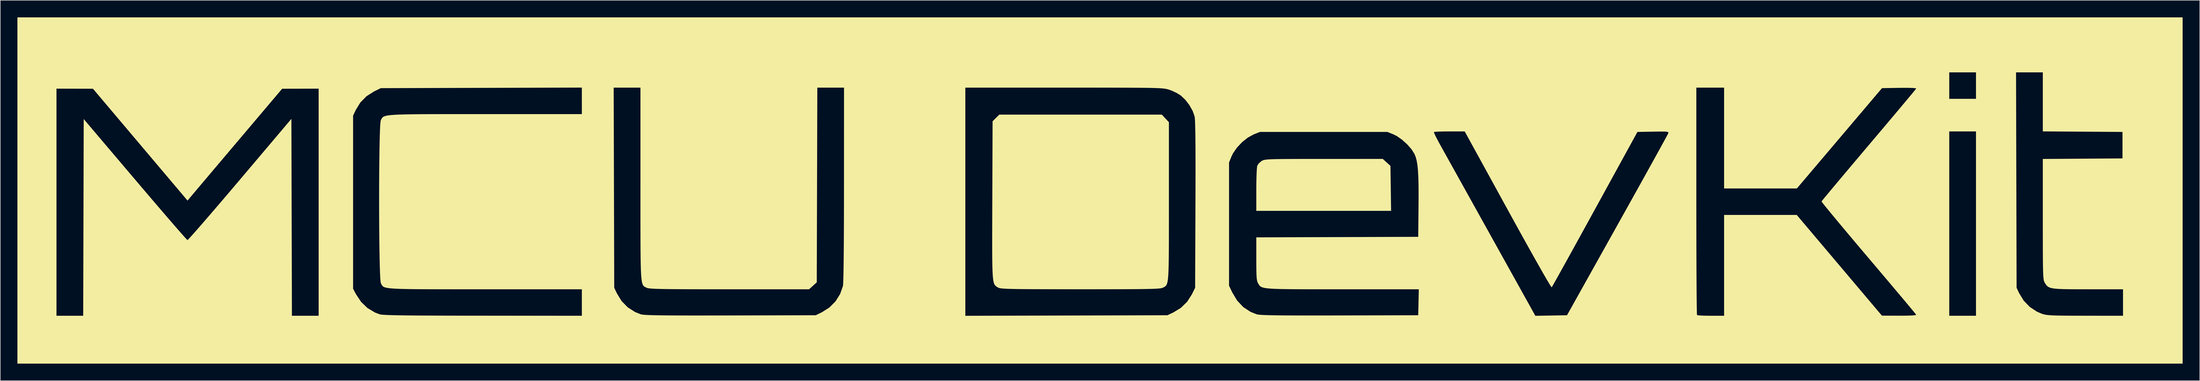
<source format=kicad_pcb>
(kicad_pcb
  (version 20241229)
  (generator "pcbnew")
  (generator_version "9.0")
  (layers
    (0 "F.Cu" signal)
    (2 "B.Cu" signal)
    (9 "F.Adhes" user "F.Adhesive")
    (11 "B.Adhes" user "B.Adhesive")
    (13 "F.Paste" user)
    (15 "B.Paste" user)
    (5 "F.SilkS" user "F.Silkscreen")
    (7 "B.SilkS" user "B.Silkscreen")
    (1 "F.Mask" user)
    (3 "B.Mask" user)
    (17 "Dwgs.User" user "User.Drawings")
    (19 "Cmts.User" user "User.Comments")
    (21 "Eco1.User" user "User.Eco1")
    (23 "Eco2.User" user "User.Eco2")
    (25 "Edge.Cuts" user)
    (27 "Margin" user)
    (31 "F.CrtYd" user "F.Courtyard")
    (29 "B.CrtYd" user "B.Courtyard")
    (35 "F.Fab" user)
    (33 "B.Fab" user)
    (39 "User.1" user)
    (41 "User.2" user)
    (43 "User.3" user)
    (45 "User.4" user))
  (footprint "mcu_devkit"
    (layer "F.Cu")
    (at 189.689 30.408)
    (property "Reference" "mcu_devkit" (at 0 0 0) (layer "F.SilkS") (effects (font (size 1.524 1.524) (thickness 0.3))))
    (attr board_only exclude_from_pos_files exclude_from_bom)
    (fp_poly (pts (xy 50.217 -4.933) (xy 50.89 -4.321) (xy 51 3.577) (xy 27.382 3.577) (xy 27.382 -0.167) (xy 27.39 -1.317) (xy 27.413 -2.369) (xy 27.448 -3.262) (xy 27.492 -3.934) (xy 27.544 -4.325) (xy 27.557 -4.371) (xy 27.829 -4.772) (xy 28.261 -5.147) (xy 28.323 -5.187) (xy 28.459 -5.262) (xy 28.615 -5.327) (xy 28.821 -5.38) (xy 29.106 -5.424) (xy 29.498 -5.46) (xy 30.027 -5.487) (xy 30.723 -5.508) (xy 31.613 -5.523) (xy 32.728 -5.533) (xy 34.096 -5.54) (xy 35.746 -5.543) (xy 37.708 -5.544) (xy 39.229 -5.544) (xy 49.544 -5.545)) (stroke (width 0) (type solid)) (fill yes) (layer "F.SilkS"))
    (fp_poly (pts (xy 11.453 -12.658) (xy 12.07 -11.99) (xy 12.07 1.884) (xy 12.07 4.513) (xy 12.069 6.807) (xy 12.066 8.791) (xy 12.059 10.487) (xy 12.047 11.92) (xy 12.027 13.114) (xy 11.998 14.091) (xy 11.958 14.876) (xy 11.906 15.491) (xy 11.84 15.961) (xy 11.758 16.31) (xy 11.659 16.56) (xy 11.54 16.735) (xy 11.401 16.86) (xy 11.24 16.956) (xy 11.054 17.049) (xy 10.995 17.079) (xy 10.86 17.13) (xy 10.65 17.174) (xy 10.343 17.212) (xy 9.914 17.244) (xy 9.339 17.271) (xy 8.594 17.293) (xy 7.657 17.31) (xy 6.503 17.324) (xy 5.108 17.334) (xy 3.449 17.34) (xy 1.501 17.344) (xy -0.758 17.346) (xy -3.353 17.346) (xy -3.459 17.346) (xy -6.042 17.345) (xy -8.288 17.342) (xy -10.223 17.338) (xy -11.871 17.331) (xy -13.256 17.322) (xy -14.401 17.31) (xy -15.333 17.294) (xy -16.074 17.273) (xy -16.649 17.248) (xy -17.083 17.217) (xy -17.399 17.181) (xy -17.622 17.138) (xy -17.777 17.089) (xy -17.878 17.037) (xy -18.066 16.923) (xy -18.229 16.813) (xy -18.371 16.683) (xy -18.491 16.509) (xy -18.592 16.267) (xy -18.676 15.934) (xy -18.743 15.486) (xy -18.796 14.899) (xy -18.836 14.15) (xy -18.864 13.214) (xy -18.882 12.069) (xy -18.891 10.69) (xy -18.894 9.054) (xy -18.891 7.136) (xy -18.884 4.914) (xy -18.875 2.363) (xy -18.873 1.714) (xy -18.825 -12.157) (xy -17.647 -13.326) (xy 10.836 -13.326)) (stroke (width 0) (type solid)) (fill yes) (layer "F.SilkS"))
    (fp_poly (pts (xy 189.689 30.408) (xy -189.689 30.408) (xy -189.689 22.008) (xy -23.599 22.008) (xy 11.799 21.912) (xy 12.822 21.436) (xy 14.158 20.622) (xy 15.26 19.545) (xy 16.078 18.271) (xy 16.663 17.09) (xy 16.665 16.725) (xy 22.608 16.725) (xy 23.173 17.909) (xy 24.027 19.335) (xy 25.087 20.468) (xy 26.353 21.307) (xy 27.433 21.742) (xy 27.646 21.788) (xy 27.986 21.827) (xy 28.476 21.861) (xy 29.136 21.888) (xy 29.99 21.911) (xy 31.059 21.928) (xy 32.366 21.94) (xy 33.932 21.948) (xy 35.78 21.952) (xy 37.931 21.952) (xy 40.408 21.949) (xy 41.973 21.945) (xy 55.754 21.912) (xy 55.804 19.631) (xy 55.855 17.351) (xy 42.501 17.351) (xy 39.909 17.351) (xy 37.653 17.35) (xy 35.709 17.347) (xy 34.051 17.339) (xy 32.656 17.325) (xy 31.5 17.303) (xy 30.557 17.271) (xy 29.804 17.228) (xy 29.216 17.172) (xy 28.769 17.101) (xy 28.438 17.013) (xy 28.199 16.907) (xy 28.027 16.781) (xy 27.898 16.633) (xy 27.788 16.461) (xy 27.689 16.292) (xy 27.584 16.071) (xy 27.506 15.778) (xy 27.45 15.36) (xy 27.413 14.768) (xy 27.392 13.952) (xy 27.383 12.86) (xy 27.382 12.003) (xy 27.382 8.23) (xy 41.568 8.185) (xy 55.754 8.139) (xy 55.806 2.683) (xy 55.817 0.688) (xy 55.806 -0.986) (xy 55.771 -2.377) (xy 55.708 -3.52) (xy 55.615 -4.453) (xy 55.488 -5.212) (xy 55.326 -5.834) (xy 55.124 -6.356) (xy 55.09 -6.429) (xy 54.566 -7.256) (xy 53.809 -8.116) (xy 52.924 -8.915) (xy 52.013 -9.555) (xy 51.404 -9.863) (xy 50.378 -10.274) (xy 58.505 -10.274) (xy 58.549 -10.089) (xy 58.743 -9.654) (xy 59.056 -9.029) (xy 59.46 -8.275) (xy 59.566 -8.083) (xy 59.828 -7.611) (xy 60.25 -6.853) (xy 60.815 -5.836) (xy 61.51 -4.585) (xy 62.319 -3.128) (xy 63.227 -1.493) (xy 64.22 0.295) (xy 65.283 2.209) (xy 66.4 4.221) (xy 67.557 6.306) (xy 68.503 8.009) (xy 76.277 22.01) (xy 81.823 21.912) (xy 90.652 6.082) (xy 91.88 3.877) (xy 93.009 1.848) (xy 104.482 1.848) (xy 104.483 4.488) (xy 104.486 7.027) (xy 104.491 9.443) (xy 104.498 11.713) (xy 104.506 13.814) (xy 104.516 15.723) (xy 104.527 17.417) (xy 104.54 18.874) (xy 104.553 20.07) (xy 104.567 20.983) (xy 104.583 21.589) (xy 104.598 21.867) (xy 104.602 21.882) (xy 104.818 21.927) (xy 105.323 21.964) (xy 106.043 21.99) (xy 106.907 22.001) (xy 107.034 22.001) (xy 109.346 22.001) (xy 148.797 22.001) (xy 153.481 22.001) (xy 153.481 -10.375) (xy 148.797 -10.375) (xy 148.797 22.001) (xy 109.346 22.001) (xy 109.346 4.293) (xy 122.075 4.293) (xy 136.998 21.981) (xy 140.03 21.991) (xy 141.218 21.985) (xy 142.122 21.959) (xy 142.721 21.914) (xy 142.99 21.851) (xy 143.003 21.825) (xy 142.879 21.663) (xy 142.543 21.249) (xy 142.011 20.605) (xy 141.303 19.755) (xy 140.437 18.72) (xy 139.431 17.522) (xy 138.305 16.184) (xy 137.077 14.727) (xy 135.765 13.174) (xy 134.656 11.864) (xy 133.293 10.251) (xy 132 8.716) (xy 130.798 7.282) (xy 129.703 5.972) (xy 128.735 4.805) (xy 127.91 3.806) (xy 127.249 2.996) (xy 126.769 2.397) (xy 126.488 2.031) (xy 126.419 1.921) (xy 126.54 1.761) (xy 126.874 1.35) (xy 127.404 0.709) (xy 128.109 -0.139) (xy 128.972 -1.172) (xy 129.974 -2.368) (xy 131.097 -3.704) (xy 132.321 -5.159) (xy 133.629 -6.711) (xy 134.705 -7.985) (xy 136.066 -9.597) (xy 137.359 -11.13) (xy 138.564 -12.563) (xy 139.664 -13.873) (xy 140.639 -15.037) (xy 141.472 -16.034) (xy 141.525 -16.099) (xy 148.797 -16.099) (xy 153.481 -16.099) (xy 153.481 -20.749) (xy 160.5 -20.749) (xy 160.548 -1.833) (xy 160.596 17.082) (xy 161.005 17.963) (xy 161.823 19.322) (xy 162.889 20.442) (xy 164.171 21.29) (xy 165.064 21.668) (xy 165.343 21.753) (xy 165.661 21.822) (xy 166.057 21.876) (xy 166.57 21.918) (xy 167.24 21.949) (xy 168.107 21.97) (xy 169.208 21.984) (xy 170.585 21.992) (xy 172.275 21.995) (xy 172.621 21.996) (xy 179.241 22.001) (xy 179.241 17.351) (xy 173.107 17.351) (xy 171.353 17.349) (xy 169.921 17.342) (xy 168.775 17.322) (xy 167.878 17.285) (xy 167.193 17.225) (xy 166.683 17.136) (xy 166.31 17.014) (xy 166.037 16.851) (xy 165.828 16.644) (xy 165.644 16.386) (xy 165.543 16.224) (xy 165.47 16.093) (xy 165.407 15.937) (xy 165.355 15.73) (xy 165.312 15.443) (xy 165.277 15.047) (xy 165.249 14.514) (xy 165.229 13.816) (xy 165.213 12.924) (xy 165.203 11.811) (xy 165.196 10.447) (xy 165.193 8.805) (xy 165.191 6.856) (xy 165.191 5.055) (xy 165.19 -5.541) (xy 172.171 -5.588) (xy 179.151 -5.635) (xy 179.151 -10.285) (xy 172.171 -10.332) (xy 165.19 -10.379) (xy 165.19 -20.749) (xy 160.5 -20.749) (xy 153.481 -20.749) (xy 148.797 -20.749) (xy 148.797 -16.099) (xy 141.525 -16.099) (xy 142.143 -16.842) (xy 142.634 -17.437) (xy 142.926 -17.799) (xy 143.004 -17.904) (xy 142.855 -17.966) (xy 142.377 -18.009) (xy 141.6 -18.032) (xy 140.556 -18.032) (xy 140.039 -18.026) (xy 137.013 -17.977) (xy 122.1 -0.358) (xy 109.346 -0.358) (xy 109.346 -18.066) (xy 104.482 -18.066) (xy 104.482 1.848) (xy 93.009 1.848) (xy 93.06 1.758) (xy 94.178 -0.255) (xy 95.225 -2.14) (xy 96.186 -3.877) (xy 97.052 -5.443) (xy 97.81 -6.817) (xy 98.448 -7.978) (xy 98.954 -8.905) (xy 99.317 -9.575) (xy 99.525 -9.969) (xy 99.571 -10.066) (xy 99.583 -10.187) (xy 99.504 -10.271) (xy 99.283 -10.323) (xy 98.869 -10.349) (xy 98.212 -10.353) (xy 97.26 -10.341) (xy 96.912 -10.335) (xy 94.161 -10.285) (xy 86.73 3.282) (xy 85.612 5.322) (xy 84.541 7.272) (xy 83.531 9.11) (xy 82.593 10.813) (xy 81.741 12.357) (xy 80.987 13.719) (xy 80.344 14.877) (xy 79.826 15.808) (xy 79.443 16.488) (xy 79.21 16.895) (xy 79.14 17.008) (xy 79.03 16.879) (xy 78.761 16.454) (xy 78.342 15.752) (xy 77.785 14.791) (xy 77.1 13.59) (xy 76.297 12.168) (xy 75.388 10.544) (xy 74.382 8.737) (xy 73.292 6.765) (xy 72.127 4.648) (xy 71.44 3.395) (xy 63.898 -10.375) (xy 61.252 -10.375) (xy 60.312 -10.368) (xy 59.505 -10.35) (xy 58.897 -10.323) (xy 58.554 -10.29) (xy 58.505 -10.274) (xy 50.378 -10.274) (xy 50.35 -10.285) (xy 28.012 -10.285) (xy 26.931 -9.854) (xy 25.915 -9.303) (xy 24.907 -8.501) (xy 24.004 -7.544) (xy 23.301 -6.527) (xy 23.042 -5.992) (xy 22.608 -4.919) (xy 22.608 16.725) (xy 16.665 16.725) (xy 16.719 2.508) (xy 16.729 -0.468) (xy 16.733 -3.099) (xy 16.732 -5.394) (xy 16.725 -7.366) (xy 16.713 -9.025) (xy 16.695 -10.384) (xy 16.671 -11.454) (xy 16.642 -12.245) (xy 16.606 -12.77) (xy 16.574 -13.001) (xy 16.232 -13.977) (xy 15.657 -15) (xy 14.934 -15.945) (xy 14.144 -16.687) (xy 14.106 -16.715) (xy 13.438 -17.124) (xy 12.632 -17.508) (xy 12.096 -17.708) (xy 11.896 -17.767) (xy 11.686 -17.82) (xy 11.444 -17.866) (xy 11.147 -17.906) (xy 10.773 -17.941) (xy 10.298 -17.97) (xy 9.701 -17.994) (xy 8.957 -18.014) (xy 8.046 -18.029) (xy 6.943 -18.042) (xy 5.626 -18.051) (xy 4.073 -18.057) (xy 2.261 -18.062) (xy 0.167 -18.064) (xy -2.231 -18.066) (xy -4.957 -18.066) (xy -6.324 -18.066) (xy -23.599 -18.066) (xy -23.599 22.008) (xy -189.689 22.008) (xy -189.689 22.001) (xy -182.844 22.001) (xy -178.162 22.001) (xy -178.07 -12.546) (xy -169.083 -1.935) (xy -167.658 -0.255) (xy -166.298 1.344) (xy -165.02 2.841) (xy -163.842 4.215) (xy -162.784 5.445) (xy -161.863 6.51) (xy -161.096 7.389) (xy -160.503 8.062) (xy -160.101 8.507) (xy -159.908 8.702) (xy -159.896 8.71) (xy -159.751 8.582) (xy -159.394 8.199) (xy -158.842 7.584) (xy -158.113 6.756) (xy -157.225 5.737) (xy -156.197 4.546) (xy -155.046 3.206) (xy -153.79 1.737) (xy -152.448 0.159) (xy -151.036 -1.507) (xy -150.689 -1.919) (xy -141.682 -12.582) (xy -141.636 4.71) (xy -141.59 22.001) (xy -136.908 22.001) (xy -136.908 17.261) (xy -130.873 17.261) (xy -130.371 18.207) (xy -129.466 19.567) (xy -128.346 20.649) (xy -127.029 21.438) (xy -126.228 21.742) (xy -126.03 21.783) (xy -125.704 21.819) (xy -125.229 21.851) (xy -124.587 21.879) (xy -123.758 21.903) (xy -122.723 21.924) (xy -121.463 21.941) (xy -119.958 21.955) (xy -118.189 21.966) (xy -116.137 21.975) (xy -113.782 21.982) (xy -111.105 21.987) (xy -108.13 21.989) (xy -90.791 22.001) (xy -90.791 17.351) (xy -107.734 17.351) (xy -110.653 17.351) (xy -113.233 17.351) (xy -115.496 17.349) (xy -117.463 17.345) (xy -119.156 17.337) (xy -120.597 17.323) (xy -121.806 17.303) (xy -122.805 17.275) (xy -123.617 17.238) (xy -124.262 17.19) (xy -124.761 17.131) (xy -125.137 17.059) (xy -125.411 16.973) (xy -125.605 16.872) (xy -125.739 16.754) (xy -125.836 16.618) (xy -125.917 16.463) (xy -126.004 16.288) (xy -126.006 16.283) (xy -126.061 16) (xy -126.111 15.392) (xy -126.155 14.495) (xy -126.194 13.343) (xy -126.227 11.969) (xy -126.255 10.408) (xy -126.278 8.693) (xy -126.295 6.86) (xy -126.306 4.941) (xy -126.313 2.971) (xy -126.313 0.984) (xy -126.309 -0.986) (xy -126.298 -2.905) (xy -126.283 -4.738) (xy -126.261 -6.453) (xy -126.235 -8.014) (xy -126.202 -9.387) (xy -126.164 -10.54) (xy -126.121 -11.436) (xy -126.072 -12.044) (xy -126.017 -12.327) (xy -125.928 -12.506) (xy -125.843 -12.664) (xy -125.74 -12.803) (xy -125.6 -12.923) (xy -125.399 -13.027) (xy -125.116 -13.115) (xy -124.73 -13.189) (xy -124.22 -13.249) (xy -123.564 -13.298) (xy -122.74 -13.336) (xy -121.727 -13.365) (xy -120.503 -13.386) (xy -119.047 -13.4) (xy -117.338 -13.409) (xy -115.353 -13.414) (xy -113.072 -13.416) (xy -110.473 -13.416) (xy -107.653 -13.415) (xy -90.791 -13.415) (xy -90.791 -18.066) (xy -85.214 -18.066) (xy -85.165 -0.492) (xy -85.117 17.082) (xy -84.642 18.088) (xy -83.822 19.425) (xy -82.749 20.522) (xy -81.459 21.35) (xy -80.472 21.744) (xy -80.268 21.788) (xy -79.942 21.826) (xy -79.474 21.859) (xy -78.841 21.886) (xy -78.022 21.908) (xy -76.997 21.926) (xy -75.743 21.939) (xy -74.239 21.948) (xy -72.464 21.953) (xy -70.397 21.955) (xy -68.016 21.953) (xy -65.3 21.948) (xy -64.761 21.947) (xy -49.809 21.912) (xy -48.728 21.385) (xy -47.424 20.557) (xy -46.347 19.473) (xy -45.537 18.181) (xy -45.042 16.777) (xy -45.011 16.46) (xy -44.983 15.8) (xy -44.956 14.808) (xy -44.933 13.499) (xy -44.913 11.887) (xy -44.896 9.983) (xy -44.882 7.802) (xy -44.871 5.358) (xy -44.864 2.664) (xy -44.86 -0.268) (xy -44.86 -1.029) (xy -44.855 -18.066) (xy -49.534 -18.066) (xy -49.581 -0.97) (xy -49.629 16.126) (xy -50.302 16.738) (xy -50.975 17.351) (xy -64.947 17.351) (xy -67.561 17.35) (xy -69.837 17.348) (xy -71.801 17.343) (xy -73.475 17.336) (xy -74.884 17.326) (xy -76.051 17.312) (xy -77.001 17.295) (xy -77.755 17.273) (xy -78.339 17.246) (xy -78.776 17.214) (xy -79.09 17.176) (xy -79.304 17.133) (xy -79.443 17.082) (xy -79.448 17.079) (xy -79.625 16.993) (xy -79.781 16.913) (xy -79.918 16.818) (xy -80.037 16.687) (xy -80.14 16.497) (xy -80.227 16.229) (xy -80.3 15.859) (xy -80.359 15.369) (xy -80.408 14.735) (xy -80.445 13.937) (xy -80.474 12.953) (xy -80.495 11.762) (xy -80.509 10.343) (xy -80.517 8.674) (xy -80.522 6.734) (xy -80.524 4.502) (xy -80.524 1.957) (xy -80.523 -0.923) (xy -80.523 -1.154) (xy -80.523 -18.066) (xy -85.214 -18.066) (xy -90.791 -18.066) (xy -90.791 -18.075) (xy -126.017 -17.977) (xy -127.206 -17.395) (xy -128.52 -16.559) (xy -129.599 -15.458) (xy -130.394 -14.162) (xy -130.873 -13.147) (xy -130.873 17.261) (xy -136.908 17.261) (xy -136.908 -17.887) (xy -140.105 -17.879) (xy -143.303 -17.871) (xy -151.229 -8.487) (xy -152.572 -6.897) (xy -153.855 -5.378) (xy -155.056 -3.956) (xy -156.156 -2.652) (xy -157.135 -1.492) (xy -157.973 -0.498) (xy -158.651 0.306) (xy -159.148 0.897) (xy -159.445 1.25) (xy -159.517 1.336) (xy -159.878 1.775) (xy -168.164 -8.048) (xy -176.449 -17.872) (xy -179.646 -17.879) (xy -182.844 -17.887) (xy -182.844 22.001) (xy -189.689 22.001) (xy -189.689 -30.408) (xy 189.689 -30.408)) (stroke (width 0) (type solid)) (fill yes) (layer "F.SilkS")))
  (gr_rect
    (start -3 -3)
    (end 382.379 63.817)
    (stroke (width 0.1) (type default))
    (fill no)
    (layer "Edge.Cuts")))
</source>
